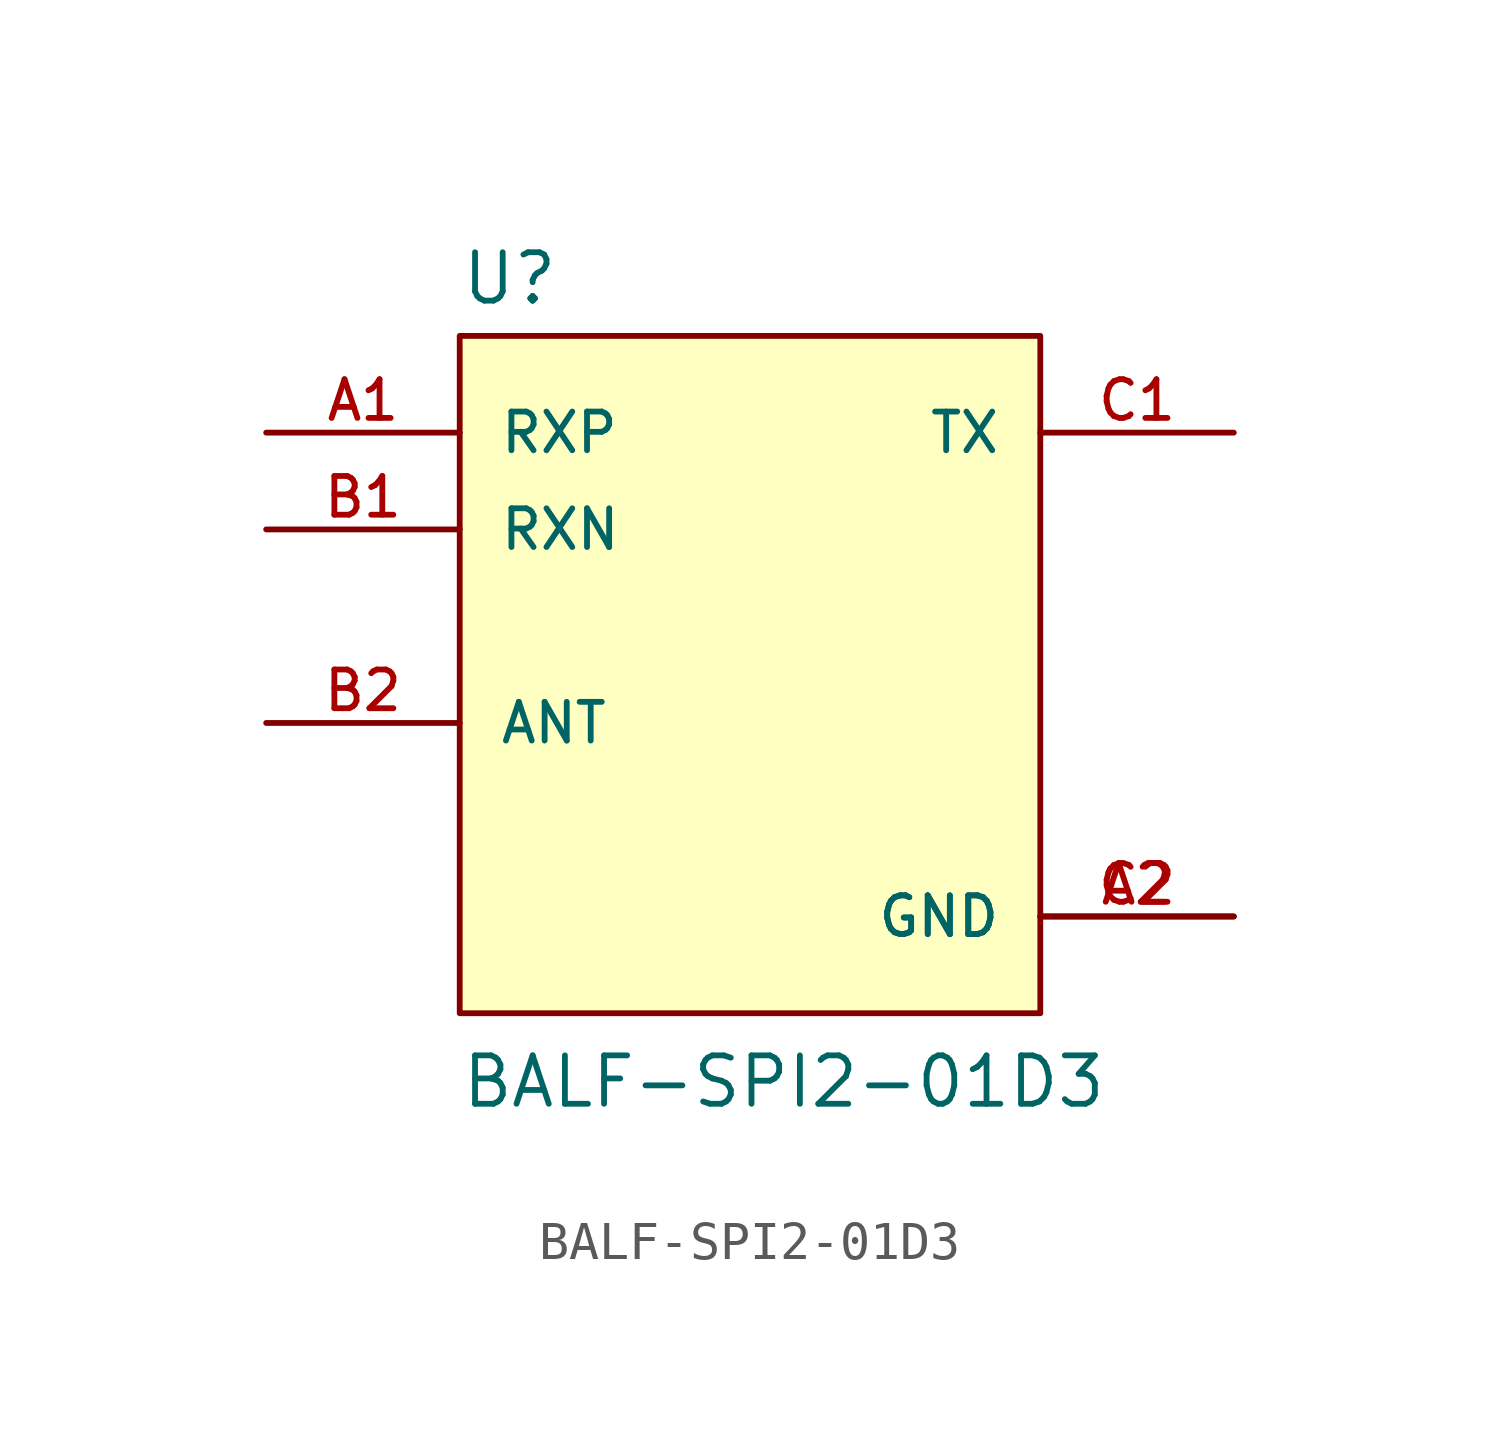
<source format=kicad_sym>
(kicad_symbol_lib
  (version 20220914)
  (generator kicad_symbol_editor)
  (symbol "BALF-SPI2-01D3"
    (pin_names
      (offset 1.016))
    (property "Reference" "U"
      (at -7.62 8.382 0)
      (effects (font (size 1.27 1.27)) (justify left bottom)))
    (property "Value" "BALF-SPI2-01D3"
      (at -7.62 -12.7 0)
      (effects (font (size 1.27 1.27)) (justify left bottom)))
    (symbol "BALF-SPI2-01D3_0_0"
      (rectangle (start -7.62 -10.16) (end 7.62 7.62) (stroke (width 0.152) (type default)) (fill (type background)))
      (pin input line (at -12.7 5.08 0) (length 5.08) (name "RXP" (effects (font (size 1.016 1.016)))) (number "A1" (effects (font (size 1.016 1.016)))))
      (pin power_in line (at 12.7 -7.62 180) (length 5.08) (name "GND" (effects (font (size 1.016 1.016)))) (number "A2" (effects (font (size 1.016 1.016)))))
      (pin input line (at -12.7 2.54 0) (length 5.08) (name "RXN" (effects (font (size 1.016 1.016)))) (number "B1" (effects (font (size 1.016 1.016)))))
      (pin bidirectional line (at -12.7 -2.54 0) (length 5.08) (name "ANT" (effects (font (size 1.016 1.016)))) (number "B2" (effects (font (size 1.016 1.016)))))
      (pin output line (at 12.7 5.08 180) (length 5.08) (name "TX" (effects (font (size 1.016 1.016)))) (number "C1" (effects (font (size 1.016 1.016)))))
      (pin power_in line (at 12.7 -7.62 180) (length 5.08) (name "GND" (effects (font (size 1.016 1.016)))) (number "C2" (effects (font (size 1.016 1.016))))))))
</source>
